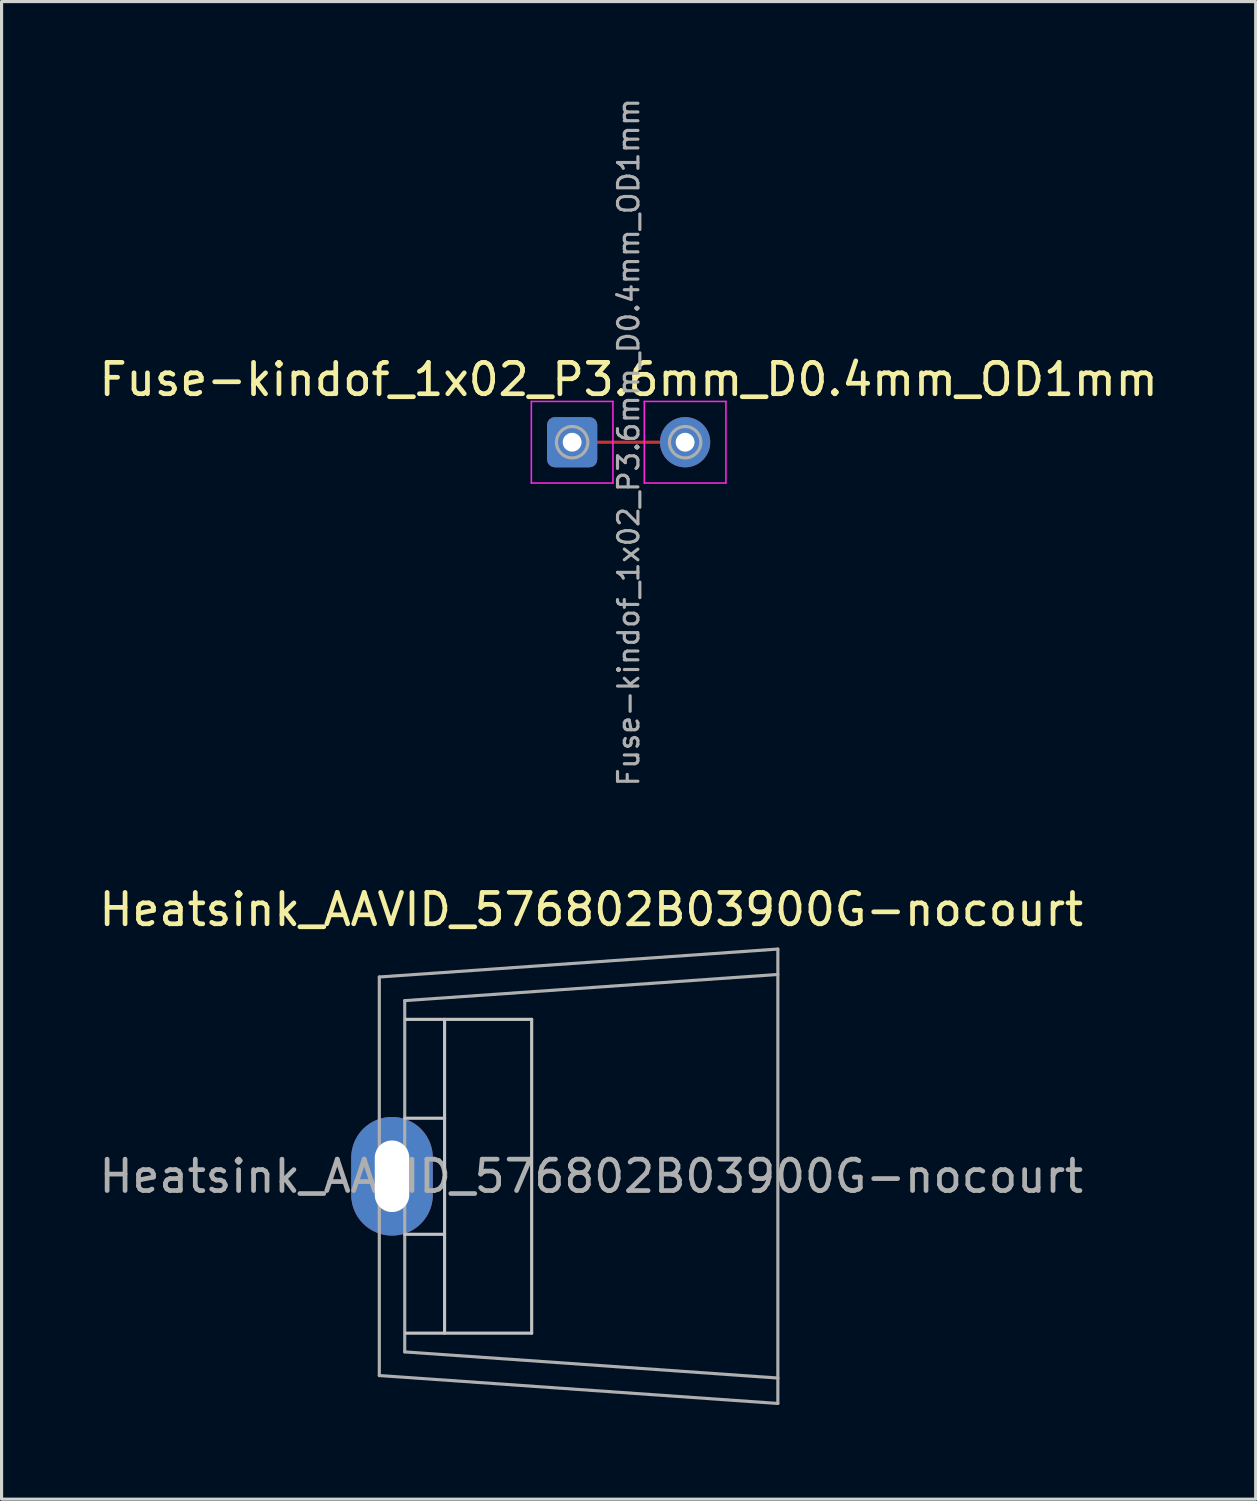
<source format=kicad_pcb>
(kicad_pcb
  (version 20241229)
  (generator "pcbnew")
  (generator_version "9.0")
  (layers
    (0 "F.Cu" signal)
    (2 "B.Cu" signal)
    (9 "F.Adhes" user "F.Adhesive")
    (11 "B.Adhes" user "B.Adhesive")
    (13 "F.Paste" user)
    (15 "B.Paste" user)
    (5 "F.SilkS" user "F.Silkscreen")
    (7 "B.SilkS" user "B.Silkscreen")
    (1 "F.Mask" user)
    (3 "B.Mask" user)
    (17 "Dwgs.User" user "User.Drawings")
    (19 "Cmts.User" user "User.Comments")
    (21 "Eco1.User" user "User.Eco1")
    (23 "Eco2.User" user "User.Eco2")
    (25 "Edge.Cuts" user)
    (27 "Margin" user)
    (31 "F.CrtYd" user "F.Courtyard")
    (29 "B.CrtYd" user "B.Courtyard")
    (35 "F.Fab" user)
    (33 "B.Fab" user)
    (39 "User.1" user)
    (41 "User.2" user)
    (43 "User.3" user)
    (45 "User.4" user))
  (footprint "Heatsink_AAVID_576802B03900G-nocourt"
    (layer "F.Cu")
    (at 9.442 34.433)
    (property "Reference" "Heatsink_AAVID_576802B03900G-nocourt" (at 6.35 -8.5 0) (layer "F.SilkS") (effects (font (size 1 1) (thickness 0.15))))
    (attr through_hole)
    (fp_line (start 0.405 -1.85) (end 1.675 -1.85) (stroke (width 0.1) (type solid)) (layer "Dwgs.User"))
    (fp_line (start 0.405 1.85) (end 1.675 1.85) (stroke (width 0.1) (type solid)) (layer "Dwgs.User"))
    (fp_line (start 0.45 -5) (end 4.45 -5) (stroke (width 0.1) (type solid)) (layer "Dwgs.User"))
    (fp_line (start 1.675 -5) (end 1.675 5) (stroke (width 0.1) (type solid)) (layer "Dwgs.User"))
    (fp_line (start 4.45 -5) (end 4.45 5) (stroke (width 0.1) (type solid)) (layer "Dwgs.User"))
    (fp_line (start 4.45 5) (end 0.45 5) (stroke (width 0.1) (type solid)) (layer "Dwgs.User"))
    (fp_line (start -0.405 -6.35) (end -0.405 6.35) (stroke (width 0.1) (type solid)) (layer "F.Fab"))
    (fp_line (start -0.405 -6.35) (end 12.295 -7.24) (stroke (width 0.1) (type solid)) (layer "F.Fab"))
    (fp_line (start 0.405 -5.597) (end 0.405 5.597) (stroke (width 0.1) (type solid)) (layer "F.Fab"))
    (fp_line (start 0.405 -5.597) (end 12.295 -6.43) (stroke (width 0.1) (type solid)) (layer "F.Fab"))
    (fp_line (start 12.295 -7.24) (end 12.295 7.24) (stroke (width 0.1) (type solid)) (layer "F.Fab"))
    (fp_line (start 12.295 7.24) (end -0.405 6.35) (stroke (width 0.1) (type solid)) (layer "F.Fab"))
    (fp_line (start 12.3 6.43) (end 0.405 5.597) (stroke (width 0.1) (type solid)) (layer "F.Fab"))
    (fp_text user "${REFERENCE}" (at 6.35 0 0) (layer "F.Fab") (effects (font (size 1 1) (thickness 0.15))))
    (pad "1" thru_hole oval (at 0 0) (size 2.6 3.78) (drill oval 1.1 2.28) (layers "*.Cu" "*.Mask")))
  (footprint "Fuse-kindof_1x02_P3.6mm_D0.4mm_OD1mm"
    (layer "F.Cu")
    (at 15.182 11.042)
    (property "Reference" "Fuse-kindof_1x02_P3.6mm_D0.4mm_OD1mm" (at 1.8 -2 0) (layer "F.SilkS") (effects (font (size 1 1) (thickness 0.15))))
    (attr exclude_from_pos_files)
    (fp_rect (start 2.85 -0.05) (end 0.75 0.05) (stroke (width 0) (type solid)) (fill yes) (layer "F.Cu"))
    (fp_line (start -1.3 -1.3) (end -1.3 1.3) (stroke (width 0.05) (type solid)) (layer "F.CrtYd"))
    (fp_line (start -1.3 1.3) (end 1.3 1.3) (stroke (width 0.05) (type solid)) (layer "F.CrtYd"))
    (fp_line (start 1.3 -1.3) (end -1.3 -1.3) (stroke (width 0.05) (type solid)) (layer "F.CrtYd"))
    (fp_line (start 1.3 1.3) (end 1.3 -1.3) (stroke (width 0.05) (type solid)) (layer "F.CrtYd"))
    (fp_line (start 2.3 -1.3) (end 2.3 1.3) (stroke (width 0.05) (type solid)) (layer "F.CrtYd"))
    (fp_line (start 2.3 1.3) (end 4.9 1.3) (stroke (width 0.05) (type solid)) (layer "F.CrtYd"))
    (fp_line (start 4.9 -1.3) (end 2.3 -1.3) (stroke (width 0.05) (type solid)) (layer "F.CrtYd"))
    (fp_line (start 4.9 1.3) (end 4.9 -1.3) (stroke (width 0.05) (type solid)) (layer "F.CrtYd"))
    (fp_circle (center 0 0) (end 0.5 0) (stroke (width 0.1) (type solid)) (fill no) (layer "F.Fab"))
    (fp_circle (center 3.6 0) (end 4.1 0) (stroke (width 0.1) (type solid)) (fill no) (layer "F.Fab"))
    (fp_text user "${REFERENCE}" (at 1.8 0 90) (layer "F.Fab") (effects (font (size 0.65 0.65) (thickness 0.1))))
    (pad "1" thru_hole roundrect (at 0 0) (size 1.6 1.6) (drill 0.6) (layers "*.Cu" "*.Mask") (roundrect_rratio 0.156))
    (pad "2" thru_hole circle (at 3.6 0) (size 1.6 1.6) (drill 0.6) (layers "*.Cu" "*.Mask"))
    (zone (net_name "") (layer "F.Cu") (hatch edge 0.508) (connect_pads) (min_thickness 0.254) (filled_areas_thickness no) (keepout (tracks allowed) (vias allowed) (pads allowed) (copperpour not_allowed) (footprints allowed)) (placement (enabled no)) (fill) (polygon (pts (xy 18.182 11.542) (xy 15.982 11.542) (xy 15.982 10.542) (xy 18.182 10.542)))))
  (gr_rect
    (start -3 -3)
    (end 36.964 44.723)
    (stroke (width 0.1) (type default))
    (fill no)
    (layer "Edge.Cuts")))
</source>
